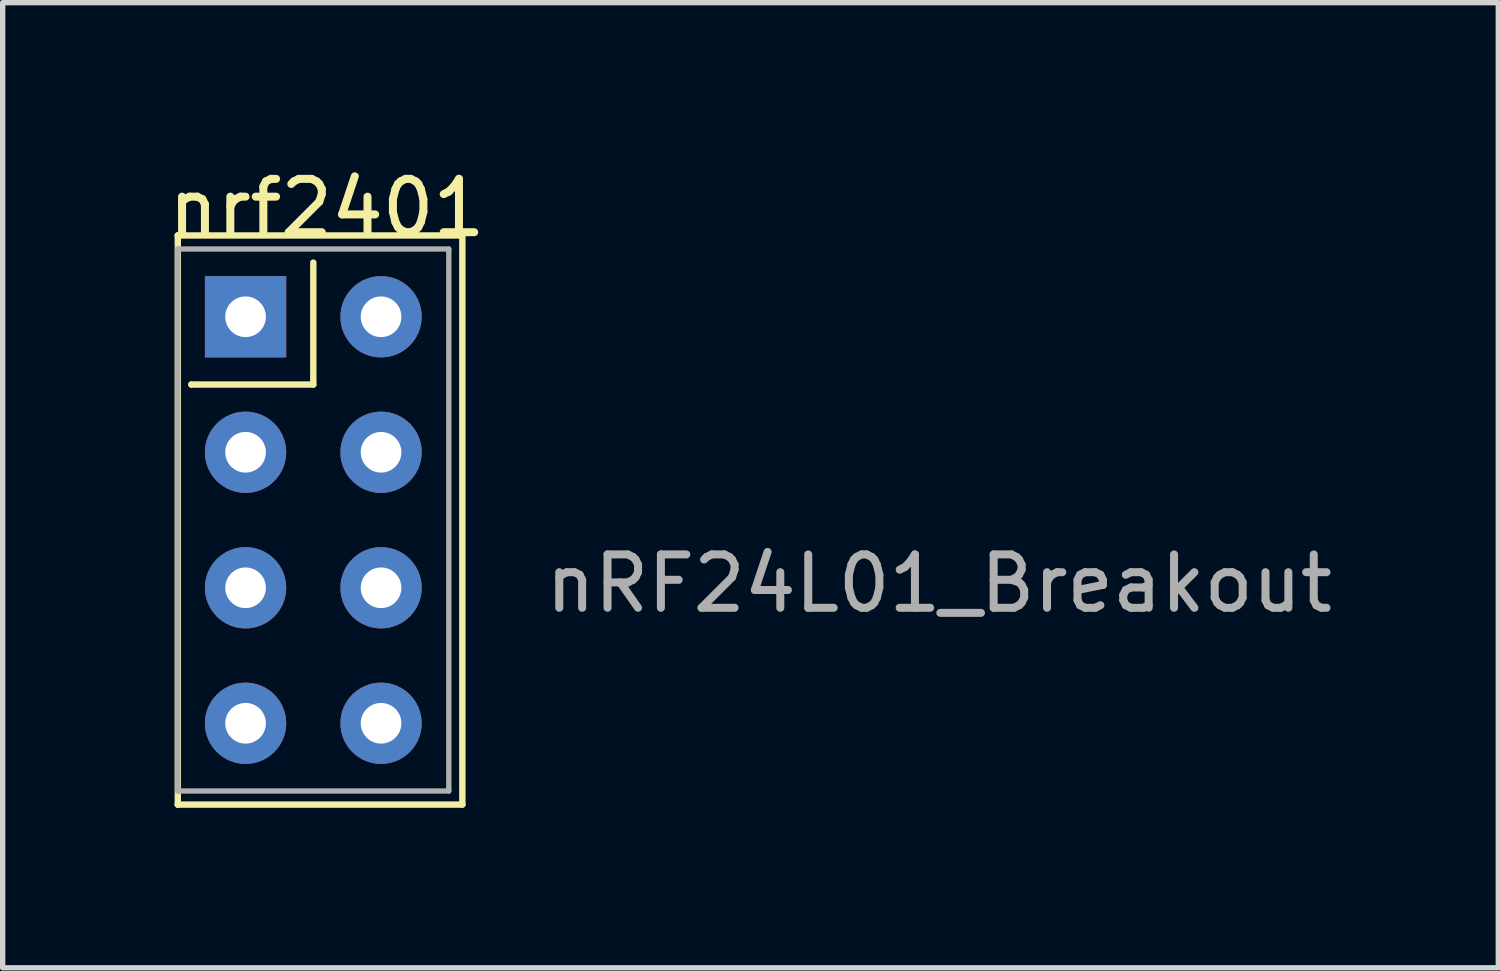
<source format=kicad_pcb>
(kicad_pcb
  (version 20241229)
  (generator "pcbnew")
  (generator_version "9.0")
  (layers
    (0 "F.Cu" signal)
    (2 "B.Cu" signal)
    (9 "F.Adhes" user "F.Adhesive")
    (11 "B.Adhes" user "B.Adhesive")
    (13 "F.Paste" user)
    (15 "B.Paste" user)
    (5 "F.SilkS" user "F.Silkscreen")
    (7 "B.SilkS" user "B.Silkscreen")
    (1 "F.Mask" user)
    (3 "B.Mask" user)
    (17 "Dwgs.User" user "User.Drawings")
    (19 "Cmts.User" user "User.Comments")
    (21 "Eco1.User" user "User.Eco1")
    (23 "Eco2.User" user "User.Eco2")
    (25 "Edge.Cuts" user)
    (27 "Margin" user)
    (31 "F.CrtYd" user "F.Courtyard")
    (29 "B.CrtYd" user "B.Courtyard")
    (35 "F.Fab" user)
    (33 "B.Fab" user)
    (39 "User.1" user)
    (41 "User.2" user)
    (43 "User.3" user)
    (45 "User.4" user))
  (footprint "nrf2401"
    (layer "F.Cu")
    (at 3.077 0.348)
    (property "Reference" "nrf2401" (at 0 0.5 0) (layer "F.SilkS") (effects (font (size 1 1) (thickness 0.15))))
    (attr through_hole)
    (fp_line (start -2.794 1.016) (end -2.794 1.016) (stroke (width 0.12) (type solid)) (layer "F.SilkS"))
    (fp_line (start -2.794 1.016) (end 2.54 1.016) (stroke (width 0.12) (type solid)) (layer "F.SilkS"))
    (fp_line (start -2.794 11.684) (end -2.794 1.016) (stroke (width 0.12) (type solid)) (layer "F.SilkS"))
    (fp_line (start -2.794 11.684) (end -2.794 11.684) (stroke (width 0.12) (type solid)) (layer "F.SilkS"))
    (fp_line (start -2.54 3.81) (end -2.54 3.81) (stroke (width 0.12) (type solid)) (layer "F.SilkS"))
    (fp_line (start -0.254 1.524) (end -0.254 3.81) (stroke (width 0.12) (type solid)) (layer "F.SilkS"))
    (fp_line (start -0.254 3.81) (end -2.54 3.81) (stroke (width 0.12) (type solid)) (layer "F.SilkS"))
    (fp_line (start 2.54 1.016) (end 2.54 11.684) (stroke (width 0.12) (type solid)) (layer "F.SilkS"))
    (fp_line (start 2.54 11.684) (end -2.794 11.684) (stroke (width 0.12) (type solid)) (layer "F.SilkS"))
    (fp_line (start -2.794 1.27) (end -2.794 1.27) (stroke (width 0.1) (type solid)) (layer "F.Fab"))
    (fp_line (start -2.794 1.27) (end 2.286 1.27) (stroke (width 0.1) (type solid)) (layer "F.Fab"))
    (fp_line (start -2.794 11.43) (end -2.794 1.27) (stroke (width 0.1) (type solid)) (layer "F.Fab"))
    (fp_line (start 2.286 1.27) (end 2.286 11.43) (stroke (width 0.1) (type solid)) (layer "F.Fab"))
    (fp_line (start 2.286 11.43) (end -2.794 11.43) (stroke (width 0.1) (type solid)) (layer "F.Fab"))
    (fp_text user "nRF24L01_Breakout" (at 11.476 7.54 0) (layer "F.Fab") (effects (font (size 1 1) (thickness 0.15))))
    (pad "1" thru_hole rect (at -1.524 2.54) (size 1.524 1.524) (drill 0.762) (layers "*.Cu" "*.Mask"))
    (pad "2" thru_hole circle (at 1.016 2.54) (size 1.524 1.524) (drill 0.762) (layers "*.Cu" "*.Mask"))
    (pad "3" thru_hole circle (at -1.524 5.08) (size 1.524 1.524) (drill 0.762) (layers "*.Cu" "*.Mask"))
    (pad "4" thru_hole circle (at 1.016 5.08) (size 1.524 1.524) (drill 0.762) (layers "*.Cu" "*.Mask"))
    (pad "5" thru_hole circle (at -1.524 7.62) (size 1.524 1.524) (drill 0.762) (layers "*.Cu" "*.Mask"))
    (pad "6" thru_hole circle (at 1.016 7.62) (size 1.524 1.524) (drill 0.762) (layers "*.Cu" "*.Mask"))
    (pad "7" thru_hole circle (at -1.524 10.16) (size 1.524 1.524) (drill 0.762) (layers "*.Cu" "*.Mask"))
    (pad "8" thru_hole circle (at 1.016 10.16) (size 1.524 1.524) (drill 0.762) (layers "*.Cu" "*.Mask")))
  (gr_rect
    (start -3 -3)
    (end 25.036 15.092)
    (stroke (width 0.1) (type default))
    (fill no)
    (layer "Edge.Cuts")))
</source>
